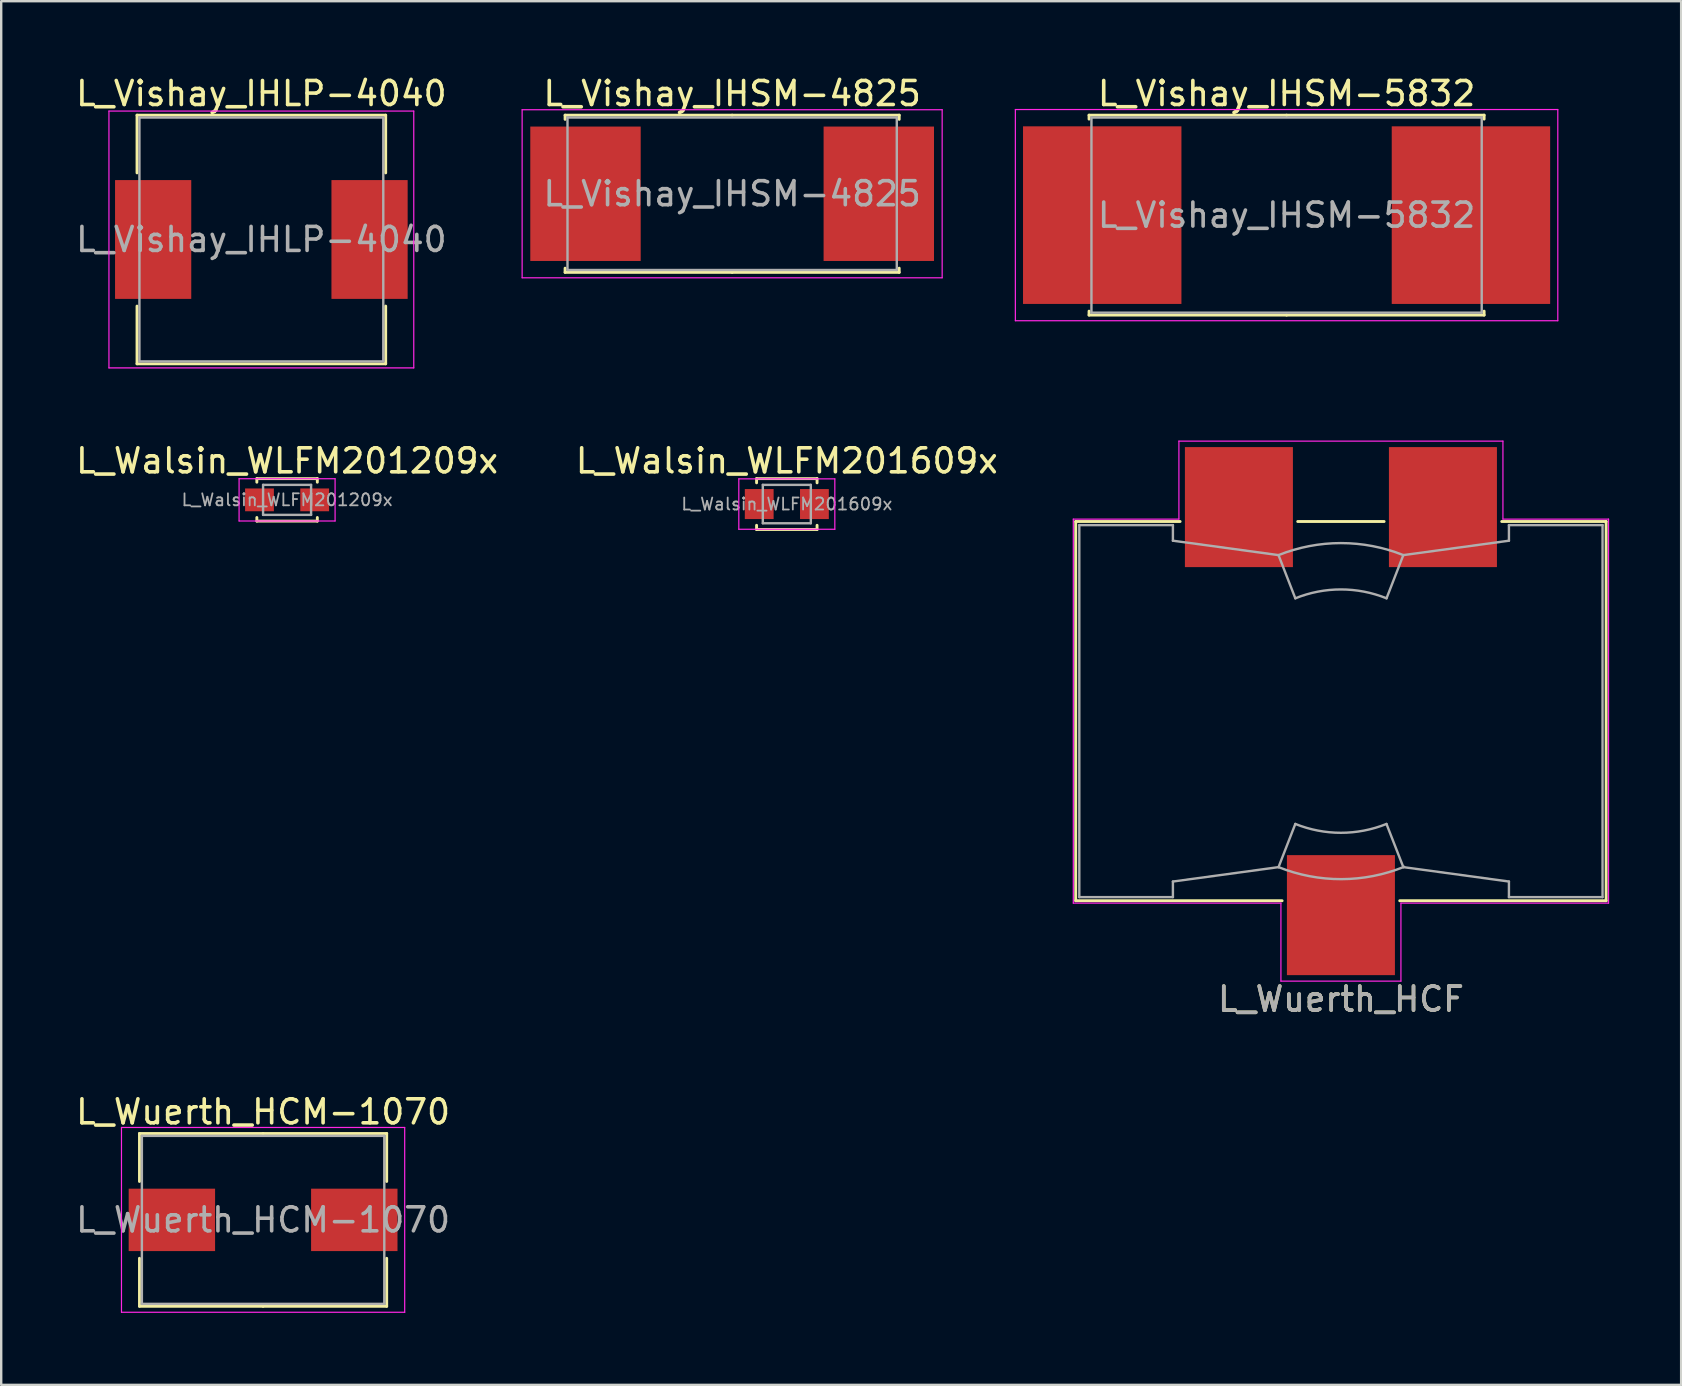
<source format=kicad_pcb>
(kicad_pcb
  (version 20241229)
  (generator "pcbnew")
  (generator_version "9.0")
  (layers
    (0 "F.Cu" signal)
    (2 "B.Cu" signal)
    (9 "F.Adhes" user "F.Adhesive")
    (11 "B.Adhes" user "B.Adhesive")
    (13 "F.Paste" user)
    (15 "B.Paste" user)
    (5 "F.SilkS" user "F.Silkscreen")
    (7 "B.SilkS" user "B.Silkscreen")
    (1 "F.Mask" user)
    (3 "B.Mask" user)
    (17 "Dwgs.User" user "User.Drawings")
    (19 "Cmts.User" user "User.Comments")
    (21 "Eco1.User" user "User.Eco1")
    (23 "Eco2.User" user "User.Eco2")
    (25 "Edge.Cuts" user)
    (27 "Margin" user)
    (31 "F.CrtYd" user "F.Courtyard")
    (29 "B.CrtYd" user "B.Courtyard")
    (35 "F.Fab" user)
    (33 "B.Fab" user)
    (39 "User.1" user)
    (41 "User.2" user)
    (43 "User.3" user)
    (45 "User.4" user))
  (footprint "L_Walsin_WLFM201209x"
    (layer "F.Cu")
    (at 8.911 17.776)
    (property "Reference" "L_Walsin_WLFM201209x" (at 0 -1.625 0) (layer "F.SilkS") (effects (font (size 1 1) (thickness 0.15))))
    (attr smd)
    (fp_line (start -1.26 -0.885) (end -1.26 -0.735) (stroke (width 0.12) (type solid)) (layer "F.SilkS"))
    (fp_line (start -1.26 -0.885) (end 1.26 -0.885) (stroke (width 0.12) (type solid)) (layer "F.SilkS"))
    (fp_line (start -1.26 0.885) (end -1.26 0.735) (stroke (width 0.12) (type solid)) (layer "F.SilkS"))
    (fp_line (start -1.26 0.885) (end 1.26 0.885) (stroke (width 0.12) (type solid)) (layer "F.SilkS"))
    (fp_line (start 1.26 -0.885) (end 1.26 -0.735) (stroke (width 0.12) (type solid)) (layer "F.SilkS"))
    (fp_line (start 1.26 0.885) (end 1.26 0.735) (stroke (width 0.12) (type solid)) (layer "F.SilkS"))
    (fp_line (start -2 -0.88) (end -2 0.88) (stroke (width 0.05) (type solid)) (layer "F.CrtYd"))
    (fp_line (start -2 0.88) (end 2 0.88) (stroke (width 0.05) (type solid)) (layer "F.CrtYd"))
    (fp_line (start 2 -0.88) (end -2 -0.88) (stroke (width 0.05) (type solid)) (layer "F.CrtYd"))
    (fp_line (start 2 0.88) (end 2 -0.88) (stroke (width 0.05) (type solid)) (layer "F.CrtYd"))
    (fp_line (start -1 -0.625) (end -1 0.625) (stroke (width 0.1) (type solid)) (layer "F.Fab"))
    (fp_line (start -1 0.625) (end 1 0.625) (stroke (width 0.1) (type solid)) (layer "F.Fab"))
    (fp_line (start 1 -0.625) (end -1 -0.625) (stroke (width 0.1) (type solid)) (layer "F.Fab"))
    (fp_line (start 1 0.625) (end 1 -0.625) (stroke (width 0.1) (type solid)) (layer "F.Fab"))
    (fp_text user "${REFERENCE}" (at 0 0 0) (layer "F.Fab") (effects (font (size 0.5 0.5) (thickness 0.075))))
    (pad "1" smd rect (at -1.15 0) (size 1.2 0.95) (layers "F.Cu" "F.Mask" "F.Paste"))
    (pad "2" smd rect (at 1.15 0) (size 1.2 0.95) (layers "F.Cu" "F.Mask" "F.Paste")))
  (footprint "L_Walsin_WLFM201609x"
    (layer "F.Cu")
    (at 29.732 17.951)
    (property "Reference" "L_Walsin_WLFM201609x" (at 0 -1.8 0) (layer "F.SilkS") (effects (font (size 1 1) (thickness 0.15))))
    (attr smd)
    (fp_line (start -1.26 -1.06) (end -1.26 -0.885) (stroke (width 0.12) (type solid)) (layer "F.SilkS"))
    (fp_line (start -1.26 -1.06) (end 1.26 -1.06) (stroke (width 0.12) (type solid)) (layer "F.SilkS"))
    (fp_line (start -1.26 1.06) (end -1.26 0.885) (stroke (width 0.12) (type solid)) (layer "F.SilkS"))
    (fp_line (start -1.26 1.06) (end 1.26 1.06) (stroke (width 0.12) (type solid)) (layer "F.SilkS"))
    (fp_line (start 1.26 -1.06) (end 1.26 -0.885) (stroke (width 0.12) (type solid)) (layer "F.SilkS"))
    (fp_line (start 1.26 1.06) (end 1.26 0.885) (stroke (width 0.12) (type solid)) (layer "F.SilkS"))
    (fp_line (start -2 -1.05) (end -2 1.05) (stroke (width 0.05) (type solid)) (layer "F.CrtYd"))
    (fp_line (start -2 1.05) (end 2 1.05) (stroke (width 0.05) (type solid)) (layer "F.CrtYd"))
    (fp_line (start 2 -1.05) (end -2 -1.05) (stroke (width 0.05) (type solid)) (layer "F.CrtYd"))
    (fp_line (start 2 1.05) (end 2 -1.05) (stroke (width 0.05) (type solid)) (layer "F.CrtYd"))
    (fp_line (start -1 -0.8) (end -1 0.8) (stroke (width 0.1) (type solid)) (layer "F.Fab"))
    (fp_line (start -1 0.8) (end 1 0.8) (stroke (width 0.1) (type solid)) (layer "F.Fab"))
    (fp_line (start 1 -0.8) (end -1 -0.8) (stroke (width 0.1) (type solid)) (layer "F.Fab"))
    (fp_line (start 1 0.8) (end 1 -0.8) (stroke (width 0.1) (type solid)) (layer "F.Fab"))
    (fp_text user "${REFERENCE}" (at 0 0 0) (layer "F.Fab") (effects (font (size 0.5 0.5) (thickness 0.075))))
    (pad "1" smd rect (at -1.15 0) (size 1.2 1.25) (layers "F.Cu" "F.Mask" "F.Paste"))
    (pad "2" smd rect (at 1.15 0) (size 1.2 1.25) (layers "F.Cu" "F.Mask" "F.Paste")))
  (footprint "L_Vishay_IHLP-4040"
    (layer "F.Cu")
    (at 7.839 6.928)
    (property "Reference" "L_Vishay_IHLP-4040" (at 0 -6.08 0) (layer "F.SilkS") (effects (font (size 1 1) (thickness 0.15))))
    (attr smd)
    (fp_line (start -5.18 -5.18) (end 5.18 -5.18) (stroke (width 0.12) (type solid)) (layer "F.SilkS"))
    (fp_line (start -5.18 -2.775) (end -5.18 -5.18) (stroke (width 0.12) (type solid)) (layer "F.SilkS"))
    (fp_line (start -5.18 2.775) (end -5.18 5.18) (stroke (width 0.12) (type solid)) (layer "F.SilkS"))
    (fp_line (start -5.18 5.18) (end 5.18 5.18) (stroke (width 0.12) (type solid)) (layer "F.SilkS"))
    (fp_line (start 5.18 -5.18) (end 5.18 -2.775) (stroke (width 0.12) (type solid)) (layer "F.SilkS"))
    (fp_line (start 5.18 5.18) (end 5.18 2.775) (stroke (width 0.12) (type solid)) (layer "F.SilkS"))
    (fp_line (start -6.35 -5.35) (end -6.35 5.35) (stroke (width 0.05) (type solid)) (layer "F.CrtYd"))
    (fp_line (start -6.35 5.35) (end 6.35 5.35) (stroke (width 0.05) (type solid)) (layer "F.CrtYd"))
    (fp_line (start 6.35 -5.35) (end -6.35 -5.35) (stroke (width 0.05) (type solid)) (layer "F.CrtYd"))
    (fp_line (start 6.35 5.35) (end 6.35 -5.35) (stroke (width 0.05) (type solid)) (layer "F.CrtYd"))
    (fp_line (start -5.08 -5.08) (end -5.08 5.08) (stroke (width 0.1) (type solid)) (layer "F.Fab"))
    (fp_line (start -5.08 5.08) (end 5.08 5.08) (stroke (width 0.1) (type solid)) (layer "F.Fab"))
    (fp_line (start 5.08 -5.08) (end -5.08 -5.08) (stroke (width 0.1) (type solid)) (layer "F.Fab"))
    (fp_line (start 5.08 5.08) (end 5.08 -5.08) (stroke (width 0.1) (type solid)) (layer "F.Fab"))
    (fp_text user "${REFERENCE}" (at 0 0 0) (layer "F.Fab") (effects (font (size 1 1) (thickness 0.15))))
    (pad "1" smd rect (at -4.508 0) (size 3.175 4.95) (layers "F.Cu" "F.Mask" "F.Paste"))
    (pad "2" smd rect (at 4.508 0) (size 3.175 4.95) (layers "F.Cu" "F.Mask" "F.Paste")))
  (footprint "L_Vishay_IHSM-4825"
    (layer "F.Cu")
    (at 27.454 5.023)
    (property "Reference" "L_Vishay_IHSM-4825" (at 0 -4.175 0) (layer "F.SilkS") (effects (font (size 1 1) (thickness 0.15))))
    (attr smd)
    (fp_line (start -6.96 -3.275) (end 0 -3.275) (stroke (width 0.12) (type solid)) (layer "F.SilkS"))
    (fp_line (start -6.96 -3.1) (end -6.96 -3.275) (stroke (width 0.12) (type solid)) (layer "F.SilkS"))
    (fp_line (start -6.96 3.1) (end -6.96 3.275) (stroke (width 0.12) (type solid)) (layer "F.SilkS"))
    (fp_line (start -6.96 3.275) (end 0 3.275) (stroke (width 0.12) (type solid)) (layer "F.SilkS"))
    (fp_line (start 6.96 -3.275) (end 0 -3.275) (stroke (width 0.12) (type solid)) (layer "F.SilkS"))
    (fp_line (start 6.96 -3.1) (end 6.96 -3.275) (stroke (width 0.12) (type solid)) (layer "F.SilkS"))
    (fp_line (start 6.96 3.1) (end 6.96 3.275) (stroke (width 0.12) (type solid)) (layer "F.SilkS"))
    (fp_line (start 6.96 3.275) (end 0 3.275) (stroke (width 0.12) (type solid)) (layer "F.SilkS"))
    (fp_line (start -8.75 -3.5) (end -8.75 3.5) (stroke (width 0.05) (type solid)) (layer "F.CrtYd"))
    (fp_line (start -8.75 3.5) (end 8.75 3.5) (stroke (width 0.05) (type solid)) (layer "F.CrtYd"))
    (fp_line (start 8.75 -3.5) (end -8.75 -3.5) (stroke (width 0.05) (type solid)) (layer "F.CrtYd"))
    (fp_line (start 8.75 3.5) (end 8.75 -3.5) (stroke (width 0.05) (type solid)) (layer "F.CrtYd"))
    (fp_line (start -6.86 -3.175) (end -6.86 3.175) (stroke (width 0.1) (type solid)) (layer "F.Fab"))
    (fp_line (start -6.86 3.175) (end 6.86 3.175) (stroke (width 0.1) (type solid)) (layer "F.Fab"))
    (fp_line (start 6.86 -3.175) (end -6.86 -3.175) (stroke (width 0.1) (type solid)) (layer "F.Fab"))
    (fp_line (start 6.86 3.175) (end 6.86 -3.175) (stroke (width 0.1) (type solid)) (layer "F.Fab"))
    (fp_text user "${REFERENCE}" (at 0 0 0) (layer "F.Fab") (effects (font (size 1 1) (thickness 0.15))))
    (pad "1" smd rect (at -6.11 0) (size 4.6 5.6) (layers "F.Cu" "F.Mask" "F.Paste"))
    (pad "2" smd rect (at 6.11 0) (size 4.6 5.6) (layers "F.Cu" "F.Mask" "F.Paste")))
  (footprint "L_Wuerth_HCF"
    (layer "F.Cu")
    (at 52.818 26.578)
    (property "Reference" "L_Wuerth_HCF" (at 0 12 180) (layer "F.SilkS") (effects (font (size 1 1) (thickness 0.15))))
    (attr smd)
    (fp_line (start -11.05 -7.9) (end -6.7 -7.9) (stroke (width 0.12) (type solid)) (layer "F.SilkS"))
    (fp_line (start -11.05 7.9) (end -11.05 -7.9) (stroke (width 0.12) (type solid)) (layer "F.SilkS"))
    (fp_line (start -11.05 7.9) (end -2.45 7.9) (stroke (width 0.12) (type solid)) (layer "F.SilkS"))
    (fp_line (start 1.8 -7.9) (end -1.8 -7.9) (stroke (width 0.12) (type solid)) (layer "F.SilkS"))
    (fp_line (start 11.05 -7.9) (end 6.7 -7.9) (stroke (width 0.12) (type solid)) (layer "F.SilkS"))
    (fp_line (start 11.05 7.9) (end 2.45 7.9) (stroke (width 0.12) (type solid)) (layer "F.SilkS"))
    (fp_line (start 11.05 7.9) (end 11.05 -7.9) (stroke (width 0.12) (type solid)) (layer "F.SilkS"))
    (fp_line (start -11.15 -8) (end -11.15 8) (stroke (width 0.05) (type solid)) (layer "F.CrtYd"))
    (fp_line (start -6.75 -11.25) (end -6.75 -8) (stroke (width 0.05) (type solid)) (layer "F.CrtYd"))
    (fp_line (start -6.75 -8) (end -11.15 -8) (stroke (width 0.05) (type solid)) (layer "F.CrtYd"))
    (fp_line (start -2.5 8) (end -11.15 8) (stroke (width 0.05) (type solid)) (layer "F.CrtYd"))
    (fp_line (start -2.5 11.25) (end -2.5 8) (stroke (width 0.05) (type solid)) (layer "F.CrtYd"))
    (fp_line (start 2.5 8) (end 2.5 11.25) (stroke (width 0.05) (type solid)) (layer "F.CrtYd"))
    (fp_line (start 2.5 11.25) (end -2.5 11.25) (stroke (width 0.05) (type solid)) (layer "F.CrtYd"))
    (fp_line (start 6.75 -11.25) (end -6.75 -11.25) (stroke (width 0.05) (type solid)) (layer "F.CrtYd"))
    (fp_line (start 6.75 -8) (end 6.75 -11.25) (stroke (width 0.05) (type solid)) (layer "F.CrtYd"))
    (fp_line (start 11.15 -8) (end 6.75 -8) (stroke (width 0.05) (type solid)) (layer "F.CrtYd"))
    (fp_line (start 11.15 8) (end 2.5 8) (stroke (width 0.05) (type solid)) (layer "F.CrtYd"))
    (fp_line (start 11.15 8) (end 11.15 -8) (stroke (width 0.05) (type solid)) (layer "F.CrtYd"))
    (fp_line (start -10.9 -7.75) (end -7 -7.75) (stroke (width 0.1) (type solid)) (layer "F.Fab"))
    (fp_line (start -10.9 7.75) (end -10.9 -7.75) (stroke (width 0.1) (type solid)) (layer "F.Fab"))
    (fp_line (start -10.9 7.75) (end -7 7.75) (stroke (width 0.1) (type solid)) (layer "F.Fab"))
    (fp_line (start -7 -7.75) (end -7 -7.1) (stroke (width 0.1) (type solid)) (layer "F.Fab"))
    (fp_line (start -7 -7.1) (end -2.6 -6.5) (stroke (width 0.1) (type solid)) (layer "F.Fab"))
    (fp_line (start -7 7.1) (end -2.6 6.5) (stroke (width 0.1) (type solid)) (layer "F.Fab"))
    (fp_line (start -7 7.75) (end -7 7.1) (stroke (width 0.1) (type solid)) (layer "F.Fab"))
    (fp_line (start -2.6 -6.5) (end -1.9 -4.7) (stroke (width 0.1) (type solid)) (layer "F.Fab"))
    (fp_line (start -1.9 4.7) (end -2.6 6.5) (stroke (width 0.1) (type solid)) (layer "F.Fab"))
    (fp_line (start 1.898 4.701) (end 2.6 6.5) (stroke (width 0.1) (type solid)) (layer "F.Fab"))
    (fp_line (start 2.6 -6.5) (end 1.9 -4.7) (stroke (width 0.1) (type solid)) (layer "F.Fab"))
    (fp_line (start 7 -7.75) (end 7 -7.1) (stroke (width 0.1) (type solid)) (layer "F.Fab"))
    (fp_line (start 7 -7.1) (end 2.6 -6.5) (stroke (width 0.1) (type solid)) (layer "F.Fab"))
    (fp_line (start 7 7.1) (end 2.6 6.5) (stroke (width 0.1) (type solid)) (layer "F.Fab"))
    (fp_line (start 7 7.75) (end 7 7.1) (stroke (width 0.1) (type solid)) (layer "F.Fab"))
    (fp_line (start 10.9 -7.75) (end 7 -7.75) (stroke (width 0.1) (type solid)) (layer "F.Fab"))
    (fp_line (start 10.9 -7.75) (end 10.9 7.75) (stroke (width 0.1) (type solid)) (layer "F.Fab"))
    (fp_line (start 10.9 7.75) (end 7 7.75) (stroke (width 0.1) (type solid)) (layer "F.Fab"))
    (fp_arc (start -2.6 -6.499999) (mid 0 -7.000713) (end 2.599999 -6.499999) (stroke (width 0.1) (type solid)) (layer "F.Fab"))
    (fp_arc (start -1.9 -4.699999) (mid 0 -5.069516) (end 1.899999 -4.699999) (stroke (width 0.1) (type solid)) (layer "F.Fab"))
    (fp_arc (start 1.898149 4.700747) (mid -0.000998 5.069516) (end -1.899999 4.699999) (stroke (width 0.1) (type solid)) (layer "F.Fab"))
    (fp_arc (start 2.634908 6.485926) (mid 0.018819 7.000687) (end -2.599999 6.499999) (stroke (width 0.1) (type solid)) (layer "F.Fab"))
    (fp_text user "${REFERENCE}" (at 0 12 180) (layer "F.Fab") (effects (font (size 1 1) (thickness 0.15))))
    (pad "1" smd rect (at -4.25 -8.5 180) (size 4.5 5) (layers "F.Cu" "F.Mask" "F.Paste"))
    (pad "2" smd rect (at 4.25 -8.5 180) (size 4.5 5) (layers "F.Cu" "F.Mask" "F.Paste"))
    (pad "3" smd rect (at 0 8.5 180) (size 4.5 5) (layers "F.Cu" "F.Mask" "F.Paste")))
  (footprint "L_Wuerth_HCM-1070"
    (layer "F.Cu")
    (at 7.911 47.775)
    (property "Reference" "L_Wuerth_HCM-1070" (at 0 -4.5 0) (layer "F.SilkS") (effects (font (size 1 1) (thickness 0.15))))
    (attr smd)
    (fp_line (start -5.15 -3.6) (end 0 -3.6) (stroke (width 0.12) (type solid)) (layer "F.SilkS"))
    (fp_line (start -5.15 -1.6) (end -5.15 -3.6) (stroke (width 0.12) (type solid)) (layer "F.SilkS"))
    (fp_line (start -5.15 1.6) (end -5.15 3.6) (stroke (width 0.12) (type solid)) (layer "F.SilkS"))
    (fp_line (start -5.15 3.6) (end 0 3.6) (stroke (width 0.12) (type solid)) (layer "F.SilkS"))
    (fp_line (start 5.15 -3.6) (end 0 -3.6) (stroke (width 0.12) (type solid)) (layer "F.SilkS"))
    (fp_line (start 5.15 -1.6) (end 5.15 -3.6) (stroke (width 0.12) (type solid)) (layer "F.SilkS"))
    (fp_line (start 5.15 1.6) (end 5.15 3.6) (stroke (width 0.12) (type solid)) (layer "F.SilkS"))
    (fp_line (start 5.15 3.6) (end 0 3.6) (stroke (width 0.12) (type solid)) (layer "F.SilkS"))
    (fp_line (start -5.9 -3.85) (end -5.9 3.85) (stroke (width 0.05) (type solid)) (layer "F.CrtYd"))
    (fp_line (start -5.9 3.85) (end 5.9 3.85) (stroke (width 0.05) (type solid)) (layer "F.CrtYd"))
    (fp_line (start 5.9 -3.85) (end -5.9 -3.85) (stroke (width 0.05) (type solid)) (layer "F.CrtYd"))
    (fp_line (start 5.9 3.85) (end 5.9 -3.85) (stroke (width 0.05) (type solid)) (layer "F.CrtYd"))
    (fp_line (start -5.05 -3.5) (end -5.05 3.5) (stroke (width 0.1) (type solid)) (layer "F.Fab"))
    (fp_line (start -5.05 3.5) (end 5.05 3.5) (stroke (width 0.1) (type solid)) (layer "F.Fab"))
    (fp_line (start 5.05 -3.5) (end -5.05 -3.5) (stroke (width 0.1) (type solid)) (layer "F.Fab"))
    (fp_line (start 5.05 3.5) (end 5.05 -3.5) (stroke (width 0.1) (type solid)) (layer "F.Fab"))
    (fp_text user "${REFERENCE}" (at 0 0 0) (layer "F.Fab") (effects (font (size 1 1) (thickness 0.15))))
    (pad "1" smd rect (at -3.8 0) (size 3.6 2.6) (layers "F.Cu" "F.Mask" "F.Paste"))
    (pad "2" smd rect (at 3.8 0) (size 3.6 2.6) (layers "F.Cu" "F.Mask" "F.Paste")))
  (footprint "L_Vishay_IHSM-5832"
    (layer "F.Cu")
    (at 50.554 5.913)
    (property "Reference" "L_Vishay_IHSM-5832" (at 0 -5.065 0) (layer "F.SilkS") (effects (font (size 1 1) (thickness 0.15))))
    (attr smd)
    (fp_line (start -8.23 -4.165) (end 0 -4.165) (stroke (width 0.12) (type solid)) (layer "F.SilkS"))
    (fp_line (start -8.23 -4) (end -8.23 -4.165) (stroke (width 0.12) (type solid)) (layer "F.SilkS"))
    (fp_line (start -8.23 4) (end -8.23 4.165) (stroke (width 0.12) (type solid)) (layer "F.SilkS"))
    (fp_line (start -8.23 4.165) (end 0 4.165) (stroke (width 0.12) (type solid)) (layer "F.SilkS"))
    (fp_line (start 8.23 -4.165) (end 0 -4.165) (stroke (width 0.12) (type solid)) (layer "F.SilkS"))
    (fp_line (start 8.23 -4) (end 8.23 -4.165) (stroke (width 0.12) (type solid)) (layer "F.SilkS"))
    (fp_line (start 8.23 4) (end 8.23 4.165) (stroke (width 0.12) (type solid)) (layer "F.SilkS"))
    (fp_line (start 8.23 4.165) (end 0 4.165) (stroke (width 0.12) (type solid)) (layer "F.SilkS"))
    (fp_line (start -11.3 -4.4) (end -11.3 4.4) (stroke (width 0.05) (type solid)) (layer "F.CrtYd"))
    (fp_line (start -11.3 4.4) (end 11.3 4.4) (stroke (width 0.05) (type solid)) (layer "F.CrtYd"))
    (fp_line (start 11.3 -4.4) (end -11.3 -4.4) (stroke (width 0.05) (type solid)) (layer "F.CrtYd"))
    (fp_line (start 11.3 4.4) (end 11.3 -4.4) (stroke (width 0.05) (type solid)) (layer "F.CrtYd"))
    (fp_line (start -8.13 -4.065) (end -8.13 4.065) (stroke (width 0.1) (type solid)) (layer "F.Fab"))
    (fp_line (start -8.13 4.065) (end 8.13 4.065) (stroke (width 0.1) (type solid)) (layer "F.Fab"))
    (fp_line (start 8.13 -4.065) (end -8.13 -4.065) (stroke (width 0.1) (type solid)) (layer "F.Fab"))
    (fp_line (start 8.13 4.065) (end 8.13 -4.065) (stroke (width 0.1) (type solid)) (layer "F.Fab"))
    (fp_text user "${REFERENCE}" (at 0 0 0) (layer "F.Fab") (effects (font (size 1 1) (thickness 0.15))))
    (pad "1" smd rect (at -7.681 0) (size 6.6 7.4) (layers "F.Cu" "F.Mask" "F.Paste"))
    (pad "2" smd rect (at 7.681 0) (size 6.6 7.4) (layers "F.Cu" "F.Mask" "F.Paste")))
  (gr_rect
    (start -3 -3)
    (end 66.993 54.65)
    (stroke (width 0.1) (type default))
    (fill no)
    (layer "Edge.Cuts")))
</source>
